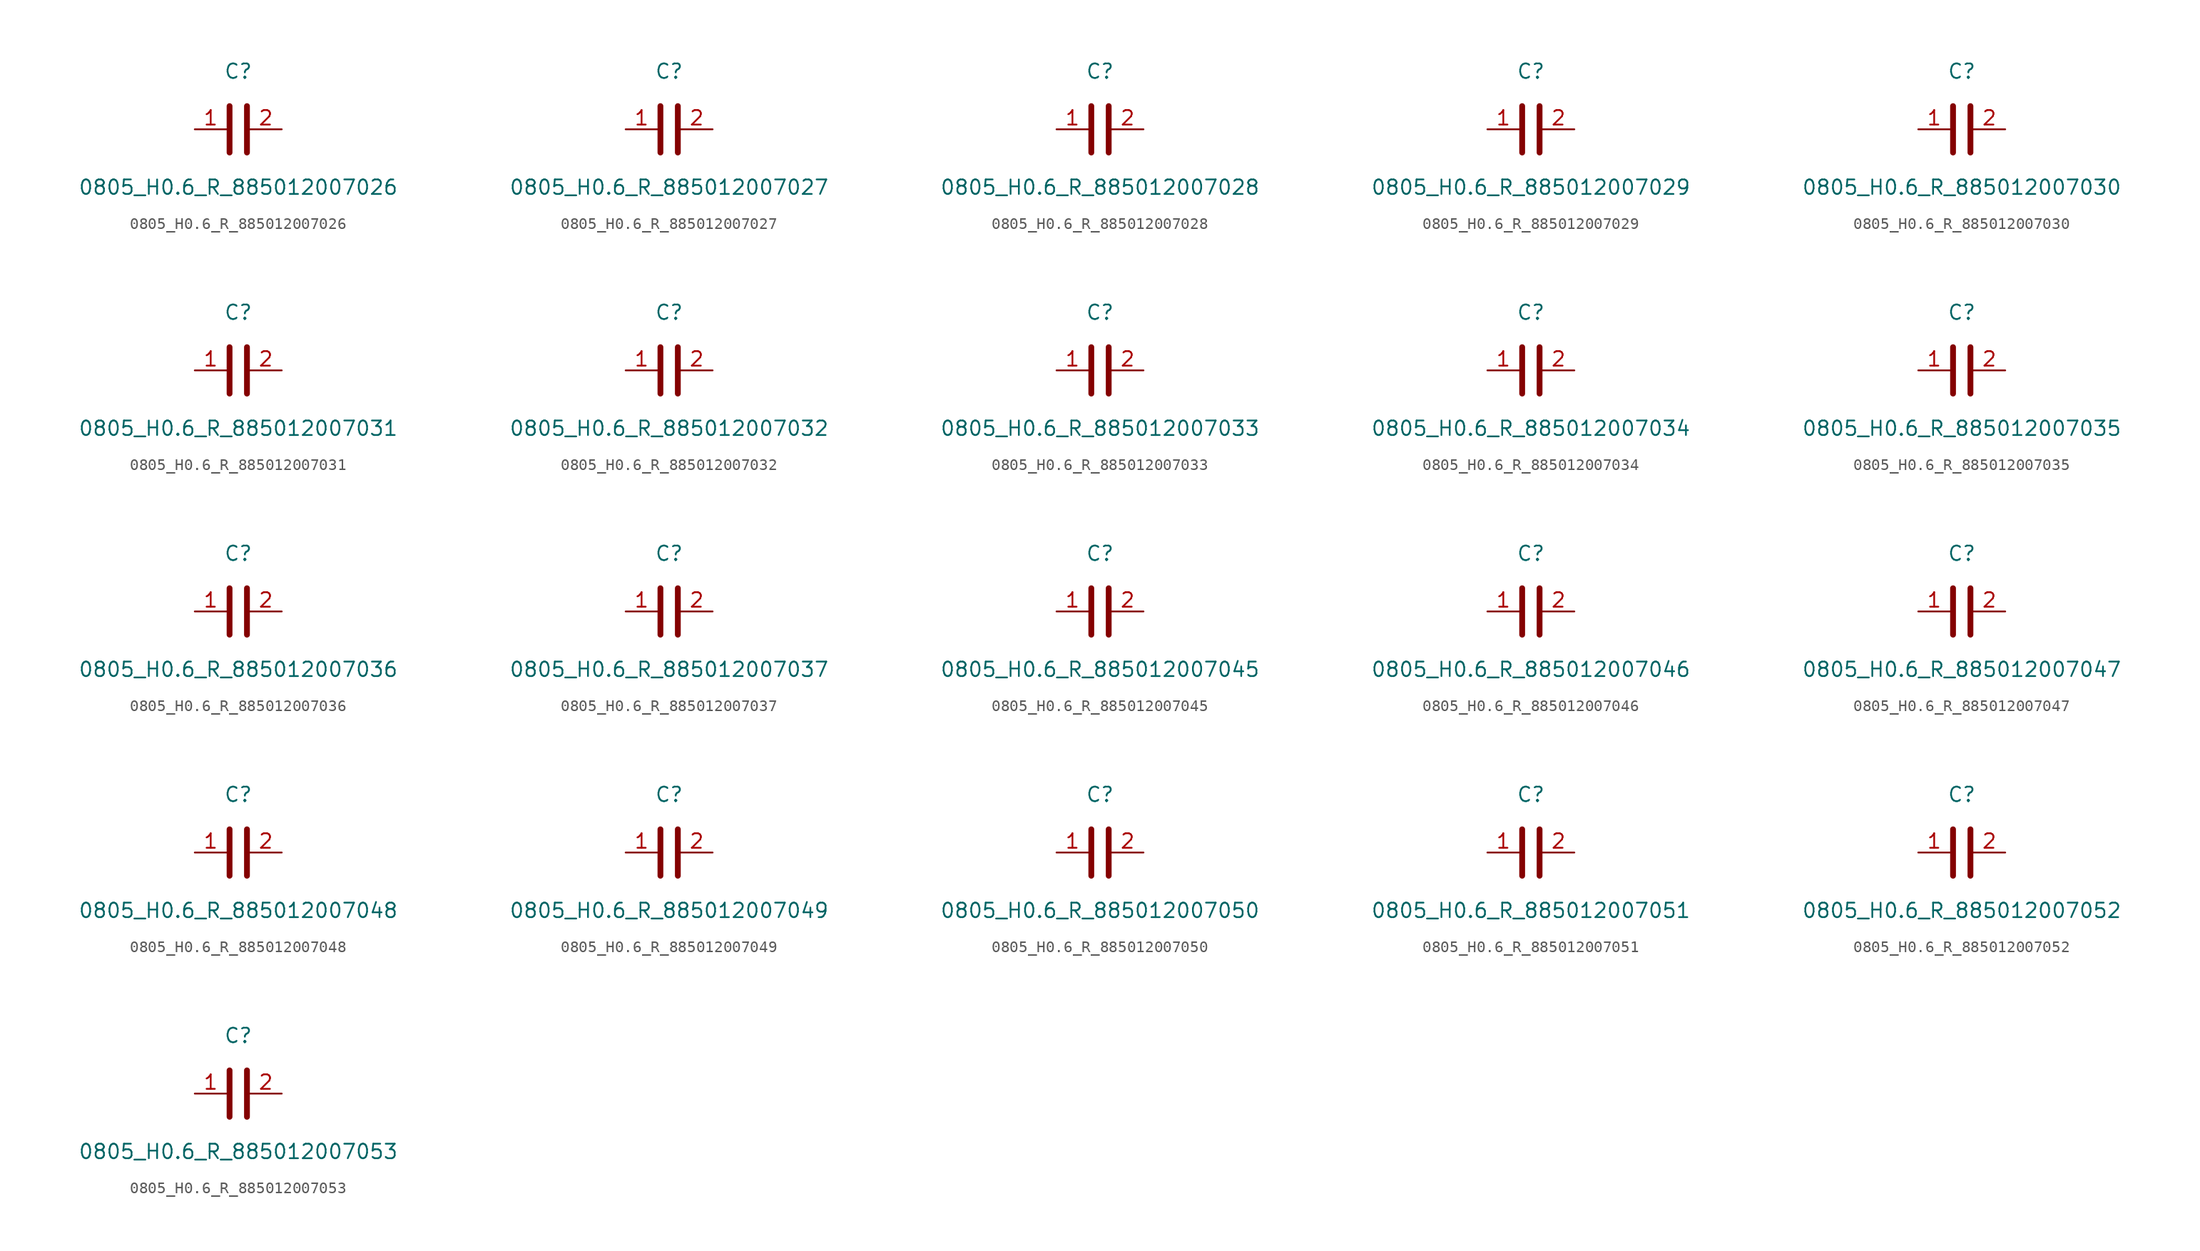
<source format=kicad_sym>
(kicad_symbol_lib
  (version 20220914)
  (generator kicad_symbol_editor)
  (symbol "0805_H0.6_R_885012007026"
    (pin_names hide)
    (property "Reference" "C"
      (at 0 5.08 0)
      (effects (font (size 1.27 1.27))))
    (property "Value" "0805_H0.6_R_885012007026"
      (at 0 -5.08 0)
      (effects (font (size 1.27 1.27))))
    (symbol "0805_H0.6_R_885012007026_0_1"
      (polyline (pts (xy -0.762 -2.032) (xy -0.762 2.032)) (stroke (width 0.508) (type default)) (fill (type none)))
      (polyline (pts (xy 0.762 -2.032) (xy 0.762 2.032)) (stroke (width 0.508) (type default)) (fill (type none))))
    (symbol "0805_H0.6_R_885012007026_1_1"
      (pin passive line (at -3.81 0 0) (length 2.794) (name "1" (effects (font (size 1.27 1.27)))) (number "1" (effects (font (size 1.27 1.27)))))
      (pin passive line (at 3.81 0 180) (length 2.794) (name "2" (effects (font (size 1.27 1.27)))) (number "2" (effects (font (size 1.27 1.27)))))))
  (symbol "0805_H0.6_R_885012007027"
    (pin_names hide)
    (property "Reference" "C"
      (at 0 5.08 0)
      (effects (font (size 1.27 1.27))))
    (property "Value" "0805_H0.6_R_885012007027"
      (at 0 -5.08 0)
      (effects (font (size 1.27 1.27))))
    (symbol "0805_H0.6_R_885012007027_0_1"
      (polyline (pts (xy -0.762 -2.032) (xy -0.762 2.032)) (stroke (width 0.508) (type default)) (fill (type none)))
      (polyline (pts (xy 0.762 -2.032) (xy 0.762 2.032)) (stroke (width 0.508) (type default)) (fill (type none))))
    (symbol "0805_H0.6_R_885012007027_1_1"
      (pin passive line (at -3.81 0 0) (length 2.794) (name "1" (effects (font (size 1.27 1.27)))) (number "1" (effects (font (size 1.27 1.27)))))
      (pin passive line (at 3.81 0 180) (length 2.794) (name "2" (effects (font (size 1.27 1.27)))) (number "2" (effects (font (size 1.27 1.27)))))))
  (symbol "0805_H0.6_R_885012007028"
    (pin_names hide)
    (property "Reference" "C"
      (at 0 5.08 0)
      (effects (font (size 1.27 1.27))))
    (property "Value" "0805_H0.6_R_885012007028"
      (at 0 -5.08 0)
      (effects (font (size 1.27 1.27))))
    (symbol "0805_H0.6_R_885012007028_0_1"
      (polyline (pts (xy -0.762 -2.032) (xy -0.762 2.032)) (stroke (width 0.508) (type default)) (fill (type none)))
      (polyline (pts (xy 0.762 -2.032) (xy 0.762 2.032)) (stroke (width 0.508) (type default)) (fill (type none))))
    (symbol "0805_H0.6_R_885012007028_1_1"
      (pin passive line (at -3.81 0 0) (length 2.794) (name "1" (effects (font (size 1.27 1.27)))) (number "1" (effects (font (size 1.27 1.27)))))
      (pin passive line (at 3.81 0 180) (length 2.794) (name "2" (effects (font (size 1.27 1.27)))) (number "2" (effects (font (size 1.27 1.27)))))))
  (symbol "0805_H0.6_R_885012007029"
    (pin_names hide)
    (property "Reference" "C"
      (at 0 5.08 0)
      (effects (font (size 1.27 1.27))))
    (property "Value" "0805_H0.6_R_885012007029"
      (at 0 -5.08 0)
      (effects (font (size 1.27 1.27))))
    (symbol "0805_H0.6_R_885012007029_0_1"
      (polyline (pts (xy -0.762 -2.032) (xy -0.762 2.032)) (stroke (width 0.508) (type default)) (fill (type none)))
      (polyline (pts (xy 0.762 -2.032) (xy 0.762 2.032)) (stroke (width 0.508) (type default)) (fill (type none))))
    (symbol "0805_H0.6_R_885012007029_1_1"
      (pin passive line (at -3.81 0 0) (length 2.794) (name "1" (effects (font (size 1.27 1.27)))) (number "1" (effects (font (size 1.27 1.27)))))
      (pin passive line (at 3.81 0 180) (length 2.794) (name "2" (effects (font (size 1.27 1.27)))) (number "2" (effects (font (size 1.27 1.27)))))))
  (symbol "0805_H0.6_R_885012007030"
    (pin_names hide)
    (property "Reference" "C"
      (at 0 5.08 0)
      (effects (font (size 1.27 1.27))))
    (property "Value" "0805_H0.6_R_885012007030"
      (at 0 -5.08 0)
      (effects (font (size 1.27 1.27))))
    (symbol "0805_H0.6_R_885012007030_0_1"
      (polyline (pts (xy -0.762 -2.032) (xy -0.762 2.032)) (stroke (width 0.508) (type default)) (fill (type none)))
      (polyline (pts (xy 0.762 -2.032) (xy 0.762 2.032)) (stroke (width 0.508) (type default)) (fill (type none))))
    (symbol "0805_H0.6_R_885012007030_1_1"
      (pin passive line (at -3.81 0 0) (length 2.794) (name "1" (effects (font (size 1.27 1.27)))) (number "1" (effects (font (size 1.27 1.27)))))
      (pin passive line (at 3.81 0 180) (length 2.794) (name "2" (effects (font (size 1.27 1.27)))) (number "2" (effects (font (size 1.27 1.27)))))))
  (symbol "0805_H0.6_R_885012007031"
    (pin_names hide)
    (property "Reference" "C"
      (at 0 5.08 0)
      (effects (font (size 1.27 1.27))))
    (property "Value" "0805_H0.6_R_885012007031"
      (at 0 -5.08 0)
      (effects (font (size 1.27 1.27))))
    (symbol "0805_H0.6_R_885012007031_0_1"
      (polyline (pts (xy -0.762 -2.032) (xy -0.762 2.032)) (stroke (width 0.508) (type default)) (fill (type none)))
      (polyline (pts (xy 0.762 -2.032) (xy 0.762 2.032)) (stroke (width 0.508) (type default)) (fill (type none))))
    (symbol "0805_H0.6_R_885012007031_1_1"
      (pin passive line (at -3.81 0 0) (length 2.794) (name "1" (effects (font (size 1.27 1.27)))) (number "1" (effects (font (size 1.27 1.27)))))
      (pin passive line (at 3.81 0 180) (length 2.794) (name "2" (effects (font (size 1.27 1.27)))) (number "2" (effects (font (size 1.27 1.27)))))))
  (symbol "0805_H0.6_R_885012007032"
    (pin_names hide)
    (property "Reference" "C"
      (at 0 5.08 0)
      (effects (font (size 1.27 1.27))))
    (property "Value" "0805_H0.6_R_885012007032"
      (at 0 -5.08 0)
      (effects (font (size 1.27 1.27))))
    (symbol "0805_H0.6_R_885012007032_0_1"
      (polyline (pts (xy -0.762 -2.032) (xy -0.762 2.032)) (stroke (width 0.508) (type default)) (fill (type none)))
      (polyline (pts (xy 0.762 -2.032) (xy 0.762 2.032)) (stroke (width 0.508) (type default)) (fill (type none))))
    (symbol "0805_H0.6_R_885012007032_1_1"
      (pin passive line (at -3.81 0 0) (length 2.794) (name "1" (effects (font (size 1.27 1.27)))) (number "1" (effects (font (size 1.27 1.27)))))
      (pin passive line (at 3.81 0 180) (length 2.794) (name "2" (effects (font (size 1.27 1.27)))) (number "2" (effects (font (size 1.27 1.27)))))))
  (symbol "0805_H0.6_R_885012007033"
    (pin_names hide)
    (property "Reference" "C"
      (at 0 5.08 0)
      (effects (font (size 1.27 1.27))))
    (property "Value" "0805_H0.6_R_885012007033"
      (at 0 -5.08 0)
      (effects (font (size 1.27 1.27))))
    (symbol "0805_H0.6_R_885012007033_0_1"
      (polyline (pts (xy -0.762 -2.032) (xy -0.762 2.032)) (stroke (width 0.508) (type default)) (fill (type none)))
      (polyline (pts (xy 0.762 -2.032) (xy 0.762 2.032)) (stroke (width 0.508) (type default)) (fill (type none))))
    (symbol "0805_H0.6_R_885012007033_1_1"
      (pin passive line (at -3.81 0 0) (length 2.794) (name "1" (effects (font (size 1.27 1.27)))) (number "1" (effects (font (size 1.27 1.27)))))
      (pin passive line (at 3.81 0 180) (length 2.794) (name "2" (effects (font (size 1.27 1.27)))) (number "2" (effects (font (size 1.27 1.27)))))))
  (symbol "0805_H0.6_R_885012007034"
    (pin_names hide)
    (property "Reference" "C"
      (at 0 5.08 0)
      (effects (font (size 1.27 1.27))))
    (property "Value" "0805_H0.6_R_885012007034"
      (at 0 -5.08 0)
      (effects (font (size 1.27 1.27))))
    (symbol "0805_H0.6_R_885012007034_0_1"
      (polyline (pts (xy -0.762 -2.032) (xy -0.762 2.032)) (stroke (width 0.508) (type default)) (fill (type none)))
      (polyline (pts (xy 0.762 -2.032) (xy 0.762 2.032)) (stroke (width 0.508) (type default)) (fill (type none))))
    (symbol "0805_H0.6_R_885012007034_1_1"
      (pin passive line (at -3.81 0 0) (length 2.794) (name "1" (effects (font (size 1.27 1.27)))) (number "1" (effects (font (size 1.27 1.27)))))
      (pin passive line (at 3.81 0 180) (length 2.794) (name "2" (effects (font (size 1.27 1.27)))) (number "2" (effects (font (size 1.27 1.27)))))))
  (symbol "0805_H0.6_R_885012007035"
    (pin_names hide)
    (property "Reference" "C"
      (at 0 5.08 0)
      (effects (font (size 1.27 1.27))))
    (property "Value" "0805_H0.6_R_885012007035"
      (at 0 -5.08 0)
      (effects (font (size 1.27 1.27))))
    (symbol "0805_H0.6_R_885012007035_0_1"
      (polyline (pts (xy -0.762 -2.032) (xy -0.762 2.032)) (stroke (width 0.508) (type default)) (fill (type none)))
      (polyline (pts (xy 0.762 -2.032) (xy 0.762 2.032)) (stroke (width 0.508) (type default)) (fill (type none))))
    (symbol "0805_H0.6_R_885012007035_1_1"
      (pin passive line (at -3.81 0 0) (length 2.794) (name "1" (effects (font (size 1.27 1.27)))) (number "1" (effects (font (size 1.27 1.27)))))
      (pin passive line (at 3.81 0 180) (length 2.794) (name "2" (effects (font (size 1.27 1.27)))) (number "2" (effects (font (size 1.27 1.27)))))))
  (symbol "0805_H0.6_R_885012007036"
    (pin_names hide)
    (property "Reference" "C"
      (at 0 5.08 0)
      (effects (font (size 1.27 1.27))))
    (property "Value" "0805_H0.6_R_885012007036"
      (at 0 -5.08 0)
      (effects (font (size 1.27 1.27))))
    (symbol "0805_H0.6_R_885012007036_0_1"
      (polyline (pts (xy -0.762 -2.032) (xy -0.762 2.032)) (stroke (width 0.508) (type default)) (fill (type none)))
      (polyline (pts (xy 0.762 -2.032) (xy 0.762 2.032)) (stroke (width 0.508) (type default)) (fill (type none))))
    (symbol "0805_H0.6_R_885012007036_1_1"
      (pin passive line (at -3.81 0 0) (length 2.794) (name "1" (effects (font (size 1.27 1.27)))) (number "1" (effects (font (size 1.27 1.27)))))
      (pin passive line (at 3.81 0 180) (length 2.794) (name "2" (effects (font (size 1.27 1.27)))) (number "2" (effects (font (size 1.27 1.27)))))))
  (symbol "0805_H0.6_R_885012007037"
    (pin_names hide)
    (property "Reference" "C"
      (at 0 5.08 0)
      (effects (font (size 1.27 1.27))))
    (property "Value" "0805_H0.6_R_885012007037"
      (at 0 -5.08 0)
      (effects (font (size 1.27 1.27))))
    (symbol "0805_H0.6_R_885012007037_0_1"
      (polyline (pts (xy -0.762 -2.032) (xy -0.762 2.032)) (stroke (width 0.508) (type default)) (fill (type none)))
      (polyline (pts (xy 0.762 -2.032) (xy 0.762 2.032)) (stroke (width 0.508) (type default)) (fill (type none))))
    (symbol "0805_H0.6_R_885012007037_1_1"
      (pin passive line (at -3.81 0 0) (length 2.794) (name "1" (effects (font (size 1.27 1.27)))) (number "1" (effects (font (size 1.27 1.27)))))
      (pin passive line (at 3.81 0 180) (length 2.794) (name "2" (effects (font (size 1.27 1.27)))) (number "2" (effects (font (size 1.27 1.27)))))))
  (symbol "0805_H0.6_R_885012007045"
    (pin_names hide)
    (property "Reference" "C"
      (at 0 5.08 0)
      (effects (font (size 1.27 1.27))))
    (property "Value" "0805_H0.6_R_885012007045"
      (at 0 -5.08 0)
      (effects (font (size 1.27 1.27))))
    (symbol "0805_H0.6_R_885012007045_0_1"
      (polyline (pts (xy -0.762 -2.032) (xy -0.762 2.032)) (stroke (width 0.508) (type default)) (fill (type none)))
      (polyline (pts (xy 0.762 -2.032) (xy 0.762 2.032)) (stroke (width 0.508) (type default)) (fill (type none))))
    (symbol "0805_H0.6_R_885012007045_1_1"
      (pin passive line (at -3.81 0 0) (length 2.794) (name "1" (effects (font (size 1.27 1.27)))) (number "1" (effects (font (size 1.27 1.27)))))
      (pin passive line (at 3.81 0 180) (length 2.794) (name "2" (effects (font (size 1.27 1.27)))) (number "2" (effects (font (size 1.27 1.27)))))))
  (symbol "0805_H0.6_R_885012007046"
    (pin_names hide)
    (property "Reference" "C"
      (at 0 5.08 0)
      (effects (font (size 1.27 1.27))))
    (property "Value" "0805_H0.6_R_885012007046"
      (at 0 -5.08 0)
      (effects (font (size 1.27 1.27))))
    (symbol "0805_H0.6_R_885012007046_0_1"
      (polyline (pts (xy -0.762 -2.032) (xy -0.762 2.032)) (stroke (width 0.508) (type default)) (fill (type none)))
      (polyline (pts (xy 0.762 -2.032) (xy 0.762 2.032)) (stroke (width 0.508) (type default)) (fill (type none))))
    (symbol "0805_H0.6_R_885012007046_1_1"
      (pin passive line (at -3.81 0 0) (length 2.794) (name "1" (effects (font (size 1.27 1.27)))) (number "1" (effects (font (size 1.27 1.27)))))
      (pin passive line (at 3.81 0 180) (length 2.794) (name "2" (effects (font (size 1.27 1.27)))) (number "2" (effects (font (size 1.27 1.27)))))))
  (symbol "0805_H0.6_R_885012007047"
    (pin_names hide)
    (property "Reference" "C"
      (at 0 5.08 0)
      (effects (font (size 1.27 1.27))))
    (property "Value" "0805_H0.6_R_885012007047"
      (at 0 -5.08 0)
      (effects (font (size 1.27 1.27))))
    (symbol "0805_H0.6_R_885012007047_0_1"
      (polyline (pts (xy -0.762 -2.032) (xy -0.762 2.032)) (stroke (width 0.508) (type default)) (fill (type none)))
      (polyline (pts (xy 0.762 -2.032) (xy 0.762 2.032)) (stroke (width 0.508) (type default)) (fill (type none))))
    (symbol "0805_H0.6_R_885012007047_1_1"
      (pin passive line (at -3.81 0 0) (length 2.794) (name "1" (effects (font (size 1.27 1.27)))) (number "1" (effects (font (size 1.27 1.27)))))
      (pin passive line (at 3.81 0 180) (length 2.794) (name "2" (effects (font (size 1.27 1.27)))) (number "2" (effects (font (size 1.27 1.27)))))))
  (symbol "0805_H0.6_R_885012007048"
    (pin_names hide)
    (property "Reference" "C"
      (at 0 5.08 0)
      (effects (font (size 1.27 1.27))))
    (property "Value" "0805_H0.6_R_885012007048"
      (at 0 -5.08 0)
      (effects (font (size 1.27 1.27))))
    (symbol "0805_H0.6_R_885012007048_0_1"
      (polyline (pts (xy -0.762 -2.032) (xy -0.762 2.032)) (stroke (width 0.508) (type default)) (fill (type none)))
      (polyline (pts (xy 0.762 -2.032) (xy 0.762 2.032)) (stroke (width 0.508) (type default)) (fill (type none))))
    (symbol "0805_H0.6_R_885012007048_1_1"
      (pin passive line (at -3.81 0 0) (length 2.794) (name "1" (effects (font (size 1.27 1.27)))) (number "1" (effects (font (size 1.27 1.27)))))
      (pin passive line (at 3.81 0 180) (length 2.794) (name "2" (effects (font (size 1.27 1.27)))) (number "2" (effects (font (size 1.27 1.27)))))))
  (symbol "0805_H0.6_R_885012007049"
    (pin_names hide)
    (property "Reference" "C"
      (at 0 5.08 0)
      (effects (font (size 1.27 1.27))))
    (property "Value" "0805_H0.6_R_885012007049"
      (at 0 -5.08 0)
      (effects (font (size 1.27 1.27))))
    (symbol "0805_H0.6_R_885012007049_0_1"
      (polyline (pts (xy -0.762 -2.032) (xy -0.762 2.032)) (stroke (width 0.508) (type default)) (fill (type none)))
      (polyline (pts (xy 0.762 -2.032) (xy 0.762 2.032)) (stroke (width 0.508) (type default)) (fill (type none))))
    (symbol "0805_H0.6_R_885012007049_1_1"
      (pin passive line (at -3.81 0 0) (length 2.794) (name "1" (effects (font (size 1.27 1.27)))) (number "1" (effects (font (size 1.27 1.27)))))
      (pin passive line (at 3.81 0 180) (length 2.794) (name "2" (effects (font (size 1.27 1.27)))) (number "2" (effects (font (size 1.27 1.27)))))))
  (symbol "0805_H0.6_R_885012007050"
    (pin_names hide)
    (property "Reference" "C"
      (at 0 5.08 0)
      (effects (font (size 1.27 1.27))))
    (property "Value" "0805_H0.6_R_885012007050"
      (at 0 -5.08 0)
      (effects (font (size 1.27 1.27))))
    (symbol "0805_H0.6_R_885012007050_0_1"
      (polyline (pts (xy -0.762 -2.032) (xy -0.762 2.032)) (stroke (width 0.508) (type default)) (fill (type none)))
      (polyline (pts (xy 0.762 -2.032) (xy 0.762 2.032)) (stroke (width 0.508) (type default)) (fill (type none))))
    (symbol "0805_H0.6_R_885012007050_1_1"
      (pin passive line (at -3.81 0 0) (length 2.794) (name "1" (effects (font (size 1.27 1.27)))) (number "1" (effects (font (size 1.27 1.27)))))
      (pin passive line (at 3.81 0 180) (length 2.794) (name "2" (effects (font (size 1.27 1.27)))) (number "2" (effects (font (size 1.27 1.27)))))))
  (symbol "0805_H0.6_R_885012007051"
    (pin_names hide)
    (property "Reference" "C"
      (at 0 5.08 0)
      (effects (font (size 1.27 1.27))))
    (property "Value" "0805_H0.6_R_885012007051"
      (at 0 -5.08 0)
      (effects (font (size 1.27 1.27))))
    (symbol "0805_H0.6_R_885012007051_0_1"
      (polyline (pts (xy -0.762 -2.032) (xy -0.762 2.032)) (stroke (width 0.508) (type default)) (fill (type none)))
      (polyline (pts (xy 0.762 -2.032) (xy 0.762 2.032)) (stroke (width 0.508) (type default)) (fill (type none))))
    (symbol "0805_H0.6_R_885012007051_1_1"
      (pin passive line (at -3.81 0 0) (length 2.794) (name "1" (effects (font (size 1.27 1.27)))) (number "1" (effects (font (size 1.27 1.27)))))
      (pin passive line (at 3.81 0 180) (length 2.794) (name "2" (effects (font (size 1.27 1.27)))) (number "2" (effects (font (size 1.27 1.27)))))))
  (symbol "0805_H0.6_R_885012007052"
    (pin_names hide)
    (property "Reference" "C"
      (at 0 5.08 0)
      (effects (font (size 1.27 1.27))))
    (property "Value" "0805_H0.6_R_885012007052"
      (at 0 -5.08 0)
      (effects (font (size 1.27 1.27))))
    (symbol "0805_H0.6_R_885012007052_0_1"
      (polyline (pts (xy -0.762 -2.032) (xy -0.762 2.032)) (stroke (width 0.508) (type default)) (fill (type none)))
      (polyline (pts (xy 0.762 -2.032) (xy 0.762 2.032)) (stroke (width 0.508) (type default)) (fill (type none))))
    (symbol "0805_H0.6_R_885012007052_1_1"
      (pin passive line (at -3.81 0 0) (length 2.794) (name "1" (effects (font (size 1.27 1.27)))) (number "1" (effects (font (size 1.27 1.27)))))
      (pin passive line (at 3.81 0 180) (length 2.794) (name "2" (effects (font (size 1.27 1.27)))) (number "2" (effects (font (size 1.27 1.27)))))))
  (symbol "0805_H0.6_R_885012007053"
    (pin_names hide)
    (property "Reference" "C"
      (at 0 5.08 0)
      (effects (font (size 1.27 1.27))))
    (property "Value" "0805_H0.6_R_885012007053"
      (at 0 -5.08 0)
      (effects (font (size 1.27 1.27))))
    (symbol "0805_H0.6_R_885012007053_0_1"
      (polyline (pts (xy -0.762 -2.032) (xy -0.762 2.032)) (stroke (width 0.508) (type default)) (fill (type none)))
      (polyline (pts (xy 0.762 -2.032) (xy 0.762 2.032)) (stroke (width 0.508) (type default)) (fill (type none))))
    (symbol "0805_H0.6_R_885012007053_1_1"
      (pin passive line (at -3.81 0 0) (length 2.794) (name "1" (effects (font (size 1.27 1.27)))) (number "1" (effects (font (size 1.27 1.27)))))
      (pin passive line (at 3.81 0 180) (length 2.794) (name "2" (effects (font (size 1.27 1.27)))) (number "2" (effects (font (size 1.27 1.27))))))))
</source>
